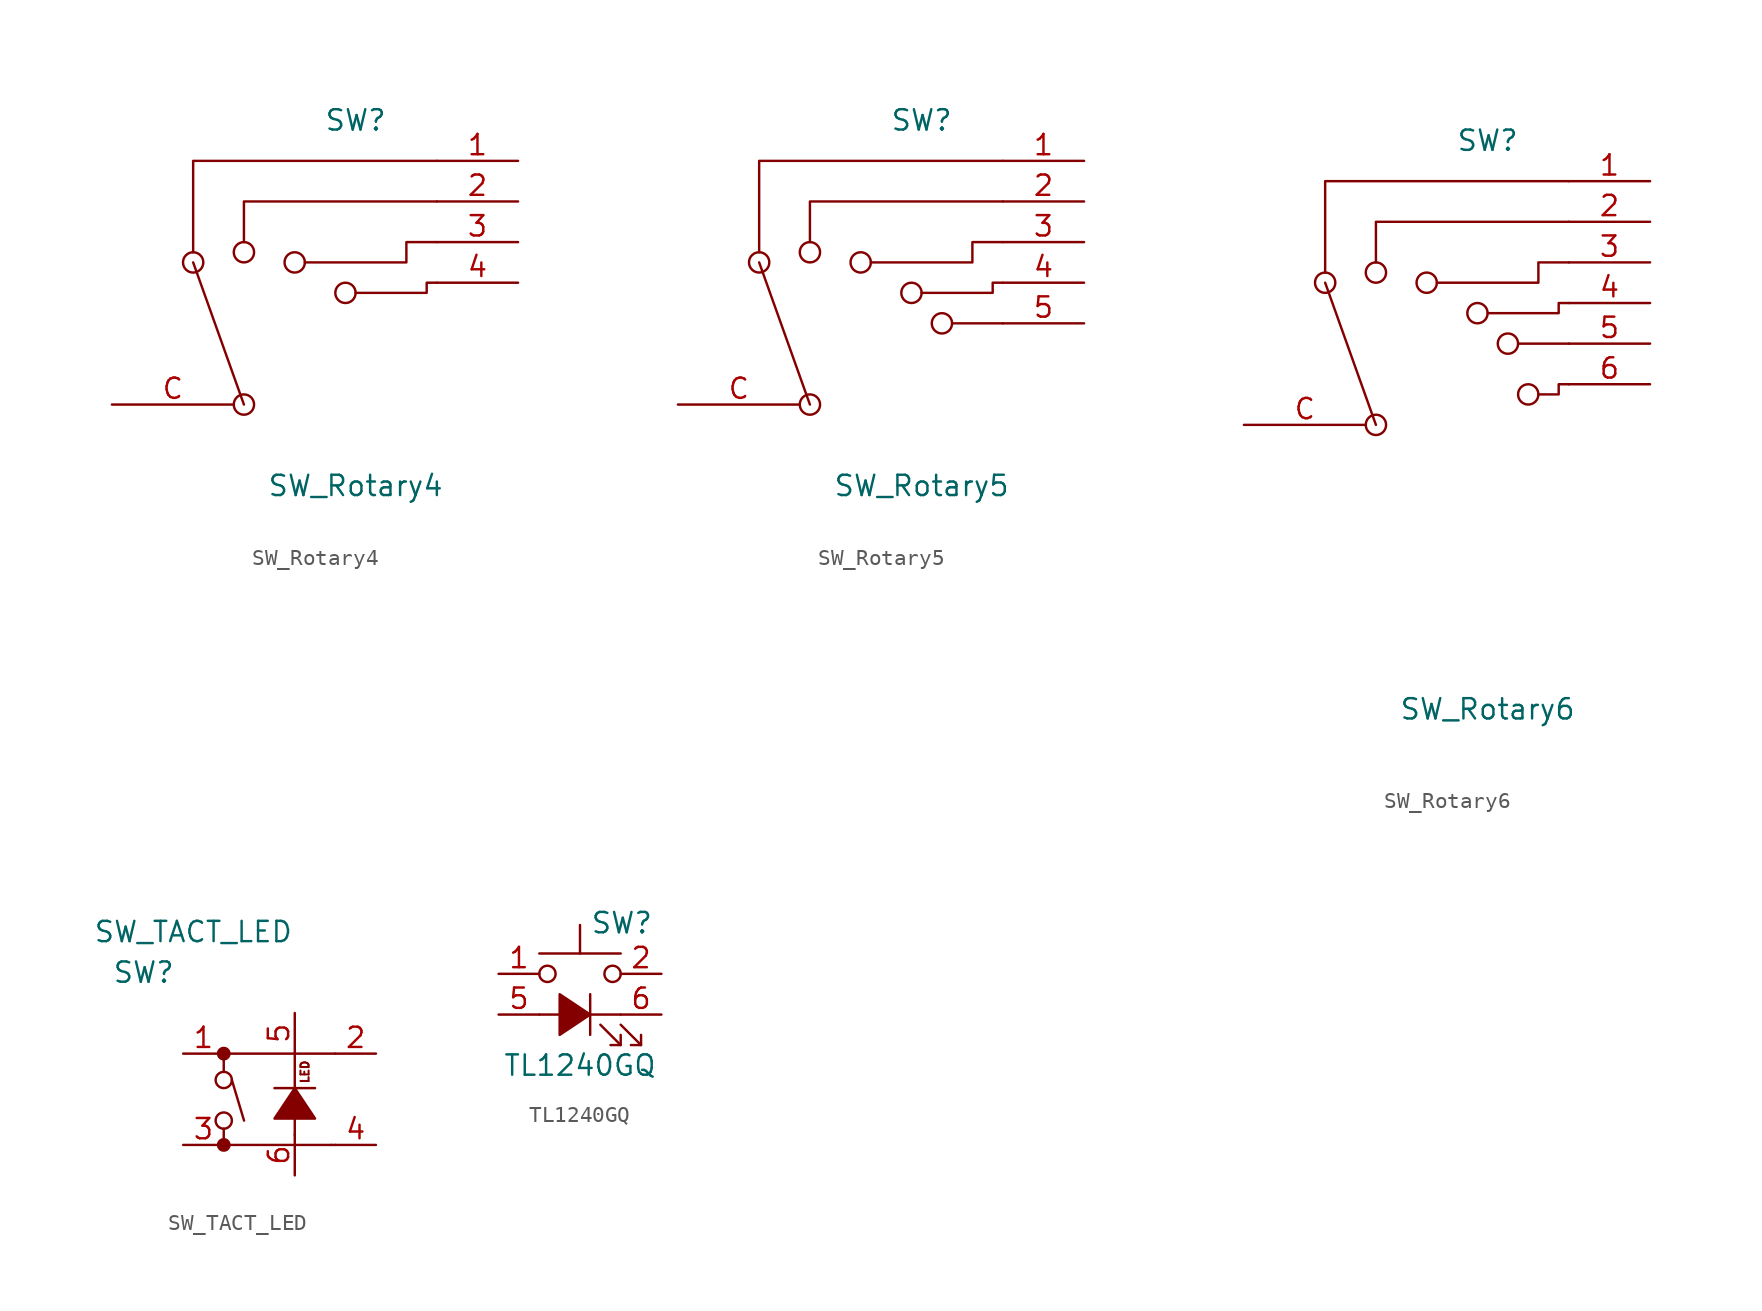
<source format=kicad_sym>
(kicad_symbol_lib
  (version 20231120)
  (generator "kicad_symbol_editor")
  (generator_version "8.0")
  (symbol "SW_Rotary4"
    (pin_names
      (offset 1.016) hide)
    (property "Reference" "SW"
      (at 0 17.78 0)
      (effects (font (size 1.27 1.27))))
    (property "Value" "SW_Rotary4"
      (at 0 -5.08 0)
      (effects (font (size 1.27 1.27))))
    (symbol "SW_Rotary4_0_0"
      (circle (center -10.16 8.89) (radius 0.635) (stroke (width 0) (type default)) (fill (type none)))
      (circle (center -6.985 0) (radius 0.635) (stroke (width 0) (type default)) (fill (type none)))
      (circle (center -6.985 9.525) (radius 0.635) (stroke (width 0) (type default)) (fill (type none)))
      (circle (center -3.81 8.89) (radius 0.635) (stroke (width 0) (type default)) (fill (type none)))
      (circle (center -0.635 6.985) (radius 0.635) (stroke (width 0) (type default)) (fill (type none)))
      (polyline (pts (xy -6.985 0) (xy -10.16 8.89)) (stroke (width 0) (type default)) (fill (type none)))
      (polyline (pts (xy -10.16 9.525) (xy -10.16 15.24) (xy 5.08 15.24)) (stroke (width 0) (type default)) (fill (type none)))
      (polyline (pts (xy -6.985 10.16) (xy -6.985 12.7) (xy 5.08 12.7)) (stroke (width 0) (type default)) (fill (type none)))
      (polyline (pts (xy -3.175 8.89) (xy 3.175 8.89) (xy 3.175 10.16) (xy 5.08 10.16)) (stroke (width 0) (type default)) (fill (type none)))
      (polyline (pts (xy 0 6.985) (xy 4.445 6.985) (xy 4.445 7.62) (xy 5.08 7.62)) (stroke (width 0) (type default)) (fill (type none))))
    (symbol "SW_Rotary4_0_1"
      (pin passive line (at 10.16 15.24 180) (length 5.08) (name "1" (effects (font (size 1.27 1.27)))) (number "1" (effects (font (size 1.27 1.27)))))
      (pin passive line (at 10.16 12.7 180) (length 5.08) (name "2" (effects (font (size 1.27 1.27)))) (number "2" (effects (font (size 1.27 1.27)))))
      (pin passive line (at 10.16 10.16 180) (length 5.08) (name "3" (effects (font (size 1.27 1.27)))) (number "3" (effects (font (size 1.27 1.27)))))
      (pin passive line (at 10.16 7.62 180) (length 5.08) (name "4" (effects (font (size 1.27 1.27)))) (number "4" (effects (font (size 1.27 1.27)))))
      (pin passive line (at -15.24 0 0) (length 7.62) (name "COM" (effects (font (size 1.27 1.27)))) (number "C" (effects (font (size 1.27 1.27)))))))
  (symbol "SW_Rotary5"
    (pin_names
      (offset 1.016) hide)
    (property "Reference" "SW"
      (at 0 17.78 0)
      (effects (font (size 1.27 1.27))))
    (property "Value" "SW_Rotary5"
      (at 0 -5.08 0)
      (effects (font (size 1.27 1.27))))
    (symbol "SW_Rotary5_0_0"
      (circle (center -10.16 8.89) (radius 0.635) (stroke (width 0) (type default)) (fill (type none)))
      (circle (center -6.985 0) (radius 0.635) (stroke (width 0) (type default)) (fill (type none)))
      (circle (center -6.985 9.525) (radius 0.635) (stroke (width 0) (type default)) (fill (type none)))
      (circle (center -3.81 8.89) (radius 0.635) (stroke (width 0) (type default)) (fill (type none)))
      (circle (center -0.635 6.985) (radius 0.635) (stroke (width 0) (type default)) (fill (type none)))
      (polyline (pts (xy -6.985 0) (xy -10.16 8.89)) (stroke (width 0) (type default)) (fill (type none)))
      (polyline (pts (xy 1.905 5.08) (xy 5.08 5.08)) (stroke (width 0) (type default)) (fill (type none)))
      (polyline (pts (xy -10.16 9.525) (xy -10.16 15.24) (xy 5.08 15.24)) (stroke (width 0) (type default)) (fill (type none)))
      (polyline (pts (xy -6.985 10.16) (xy -6.985 12.7) (xy 5.08 12.7)) (stroke (width 0) (type default)) (fill (type none)))
      (polyline (pts (xy -3.175 8.89) (xy 3.175 8.89) (xy 3.175 10.16) (xy 5.08 10.16)) (stroke (width 0) (type default)) (fill (type none)))
      (polyline (pts (xy 0 6.985) (xy 4.445 6.985) (xy 4.445 7.62) (xy 5.08 7.62)) (stroke (width 0) (type default)) (fill (type none)))
      (circle (center 1.27 5.08) (radius 0.635) (stroke (width 0) (type default)) (fill (type none))))
    (symbol "SW_Rotary5_0_1"
      (pin passive line (at 10.16 15.24 180) (length 5.08) (name "1" (effects (font (size 1.27 1.27)))) (number "1" (effects (font (size 1.27 1.27)))))
      (pin passive line (at 10.16 12.7 180) (length 5.08) (name "2" (effects (font (size 1.27 1.27)))) (number "2" (effects (font (size 1.27 1.27)))))
      (pin passive line (at 10.16 10.16 180) (length 5.08) (name "3" (effects (font (size 1.27 1.27)))) (number "3" (effects (font (size 1.27 1.27)))))
      (pin passive line (at 10.16 7.62 180) (length 5.08) (name "4" (effects (font (size 1.27 1.27)))) (number "4" (effects (font (size 1.27 1.27)))))
      (pin passive line (at 10.16 5.08 180) (length 5.08) (name "5" (effects (font (size 1.27 1.27)))) (number "5" (effects (font (size 1.27 1.27)))))
      (pin passive line (at -15.24 0 0) (length 7.62) (name "COM" (effects (font (size 1.27 1.27)))) (number "C" (effects (font (size 1.27 1.27)))))))
  (symbol "SW_Rotary6"
    (pin_names
      (offset 1.016) hide)
    (property "Reference" "SW"
      (at 0 17.78 0)
      (effects (font (size 1.27 1.27))))
    (property "Value" "SW_Rotary6"
      (at 0 -17.78 0)
      (effects (font (size 1.27 1.27))))
    (symbol "SW_Rotary6_0_0"
      (circle (center -10.16 8.89) (radius 0.635) (stroke (width 0) (type default)) (fill (type none)))
      (circle (center -6.985 0) (radius 0.635) (stroke (width 0) (type default)) (fill (type none)))
      (circle (center -6.985 9.525) (radius 0.635) (stroke (width 0) (type default)) (fill (type none)))
      (circle (center -3.81 8.89) (radius 0.635) (stroke (width 0) (type default)) (fill (type none)))
      (circle (center -0.635 6.985) (radius 0.635) (stroke (width 0) (type default)) (fill (type none)))
      (polyline (pts (xy -6.985 0) (xy -10.16 8.89)) (stroke (width 0) (type default)) (fill (type none)))
      (polyline (pts (xy 1.905 5.08) (xy 5.08 5.08)) (stroke (width 0) (type default)) (fill (type none)))
      (polyline (pts (xy -10.16 9.525) (xy -10.16 15.24) (xy 5.08 15.24)) (stroke (width 0) (type default)) (fill (type none)))
      (polyline (pts (xy -6.985 10.16) (xy -6.985 12.7) (xy 5.08 12.7)) (stroke (width 0) (type default)) (fill (type none)))
      (polyline (pts (xy -3.175 8.89) (xy 3.175 8.89) (xy 3.175 10.16) (xy 5.08 10.16)) (stroke (width 0) (type default)) (fill (type none)))
      (polyline (pts (xy 0 6.985) (xy 4.445 6.985) (xy 4.445 7.62) (xy 5.08 7.62)) (stroke (width 0) (type default)) (fill (type none)))
      (polyline (pts (xy 3.175 1.905) (xy 4.445 1.905) (xy 4.445 2.54) (xy 5.08 2.54)) (stroke (width 0) (type default)) (fill (type none)))
      (circle (center 1.27 5.08) (radius 0.635) (stroke (width 0) (type default)) (fill (type none)))
      (circle (center 2.54 1.905) (radius 0.635) (stroke (width 0) (type default)) (fill (type none))))
    (symbol "SW_Rotary6_0_1"
      (pin passive line (at 10.16 15.24 180) (length 5.08) (name "1" (effects (font (size 1.27 1.27)))) (number "1" (effects (font (size 1.27 1.27)))))
      (pin passive line (at 10.16 12.7 180) (length 5.08) (name "2" (effects (font (size 1.27 1.27)))) (number "2" (effects (font (size 1.27 1.27)))))
      (pin passive line (at 10.16 10.16 180) (length 5.08) (name "3" (effects (font (size 1.27 1.27)))) (number "3" (effects (font (size 1.27 1.27)))))
      (pin passive line (at 10.16 7.62 180) (length 5.08) (name "4" (effects (font (size 1.27 1.27)))) (number "4" (effects (font (size 1.27 1.27)))))
      (pin passive line (at 10.16 5.08 180) (length 5.08) (name "5" (effects (font (size 1.27 1.27)))) (number "5" (effects (font (size 1.27 1.27)))))
      (pin passive line (at 10.16 2.54 180) (length 5.08) (name "6" (effects (font (size 1.27 1.27)))) (number "6" (effects (font (size 1.27 1.27)))))
      (pin passive line (at -15.24 0 0) (length 7.62) (name "COM" (effects (font (size 1.27 1.27)))) (number "C" (effects (font (size 1.27 1.27)))))))
  (symbol "SW_TACT_LED"
    (pin_names
      (offset 1.016) hide)
    (property "Reference" "SW"
      (at -11.43 7.62 0)
      (effects (font (size 1.27 1.27)) (justify left)))
    (property "Value" "SW_TACT_LED"
      (at -6.35 10.16 0)
      (effects (font (size 1.27 1.27))))
    (symbol "SW_TACT_LED_0_0"
      (polyline (pts (xy -4.064 2.54) (xy 2.54 2.54)) (stroke (width 0) (type default)) (fill (type none)))
      (polyline (pts (xy 0 2.54) (xy 0 -2.54)) (stroke (width 0) (type default)) (fill (type none)))
      (polyline (pts (xy 1.27 0.381) (xy -1.27 0.381)) (stroke (width 0) (type default)) (fill (type none)))
      (polyline (pts (xy 2.286 -3.175) (xy 2.54 -3.175)) (stroke (width 0) (type default)) (fill (type none)))
      (polyline (pts (xy 0 0.381) (xy 1.27 -1.524) (xy -1.27 -1.524) (xy 0 0.381)) (stroke (width 0) (type default)) (fill (type outline)))
      (text "LED" (at 0.635 1.397 900) (effects (font (size 0.508 0.508))))
      (pin passive line (at -6.985 -3.175 0) (length 2.54) (name "3" (effects (font (size 1.27 1.27)))) (number "3" (effects (font (size 1.27 1.27)))))
      (pin passive line (at 5.08 -3.175 180) (length 2.54) (name "4" (effects (font (size 1.27 1.27)))) (number "4" (effects (font (size 1.27 1.27))))))
    (symbol "SW_TACT_LED_0_1"
      (circle (center -4.445 -3.175) (radius 0.356) (stroke (width 0) (type default)) (fill (type outline)))
      (circle (center -4.445 -1.651) (radius 0.508) (stroke (width 0) (type default)) (fill (type none)))
      (circle (center -4.445 0.889) (radius 0.508) (stroke (width 0) (type default)) (fill (type none)))
      (circle (center -4.445 2.54) (radius 0.356) (stroke (width 0) (type default)) (fill (type outline)))
      (polyline (pts (xy -4.445 -2.159) (xy -4.445 -2.921)) (stroke (width 0) (type default)) (fill (type none)))
      (polyline (pts (xy -4.445 2.159) (xy -4.445 1.397)) (stroke (width 0) (type default)) (fill (type none)))
      (polyline (pts (xy -4.064 -3.175) (xy 2.286 -3.175)) (stroke (width 0) (type default)) (fill (type none)))
      (polyline (pts (xy -3.937 0.889) (xy -3.175 -1.651)) (stroke (width 0) (type default)) (fill (type none)))
      (pin passive line (at -6.985 2.54 0) (length 2.54) (name "C" (effects (font (size 1.27 1.27)))) (number "1" (effects (font (size 1.27 1.27)))))
      (pin passive line (at 5.08 2.54 180) (length 2.54) (name "C" (effects (font (size 1.27 1.27)))) (number "2" (effects (font (size 1.27 1.27)))))
      (pin passive line (at 0 5.08 270) (length 2.54) (name "K" (effects (font (size 1.27 1.27)))) (number "5" (effects (font (size 1.27 1.27)))))
      (pin passive line (at 0 -5.08 90) (length 2.54) (name "A" (effects (font (size 1.27 1.27)))) (number "6" (effects (font (size 1.27 1.27)))))))
  (symbol "TL1240GQ"
    (pin_names
      (offset 1.016) hide)
    (property "Reference" "SW"
      (at 0.635 5.715 0)
      (effects (font (size 1.27 1.27)) (justify left)))
    (property "Value" "TL1240GQ"
      (at 0 -3.175 0)
      (effects (font (size 1.27 1.27))))
    (symbol "TL1240GQ_0_0"
      (polyline (pts (xy -2.54 0) (xy 2.54 0)) (stroke (width 0) (type default)) (fill (type none)))
      (polyline (pts (xy 0.635 1.27) (xy 0.635 -1.27)) (stroke (width 0) (type default)) (fill (type none)))
      (polyline (pts (xy 2.54 -1.905) (xy 1.27 -0.635)) (stroke (width 0) (type default)) (fill (type none)))
      (polyline (pts (xy 3.81 -1.905) (xy 2.54 -0.635)) (stroke (width 0) (type default)) (fill (type none)))
      (polyline (pts (xy 2.54 -1.27) (xy 2.54 -1.905) (xy 1.905 -1.905)) (stroke (width 0) (type default)) (fill (type none)))
      (polyline (pts (xy 3.81 -1.27) (xy 3.81 -1.905) (xy 3.175 -1.905)) (stroke (width 0) (type default)) (fill (type none)))
      (polyline (pts (xy 0.635 0) (xy -1.27 1.27) (xy -1.27 -1.27) (xy 0.635 0)) (stroke (width 0) (type default)) (fill (type outline))))
    (symbol "TL1240GQ_0_1"
      (circle (center -2.032 2.54) (radius 0.508) (stroke (width 0) (type default)) (fill (type none)))
      (polyline (pts (xy 0 3.81) (xy 0 5.588)) (stroke (width 0) (type default)) (fill (type none)))
      (polyline (pts (xy 2.54 3.81) (xy -2.54 3.81)) (stroke (width 0) (type default)) (fill (type none)))
      (circle (center 2.032 2.54) (radius 0.508) (stroke (width 0) (type default)) (fill (type none)))
      (pin passive line (at -5.08 2.54 0) (length 2.54) (name "1" (effects (font (size 1.27 1.27)))) (number "1" (effects (font (size 1.27 1.27)))))
      (pin passive line (at 5.08 2.54 180) (length 2.54) (name "2" (effects (font (size 1.27 1.27)))) (number "2" (effects (font (size 1.27 1.27)))))
      (pin passive line (at -5.08 0 0) (length 2.54) (name "K" (effects (font (size 1.27 1.27)))) (number "5" (effects (font (size 1.27 1.27)))))
      (pin passive line (at 5.08 0 180) (length 2.54) (name "6" (effects (font (size 1.27 1.27)))) (number "6" (effects (font (size 1.27 1.27))))))))
</source>
